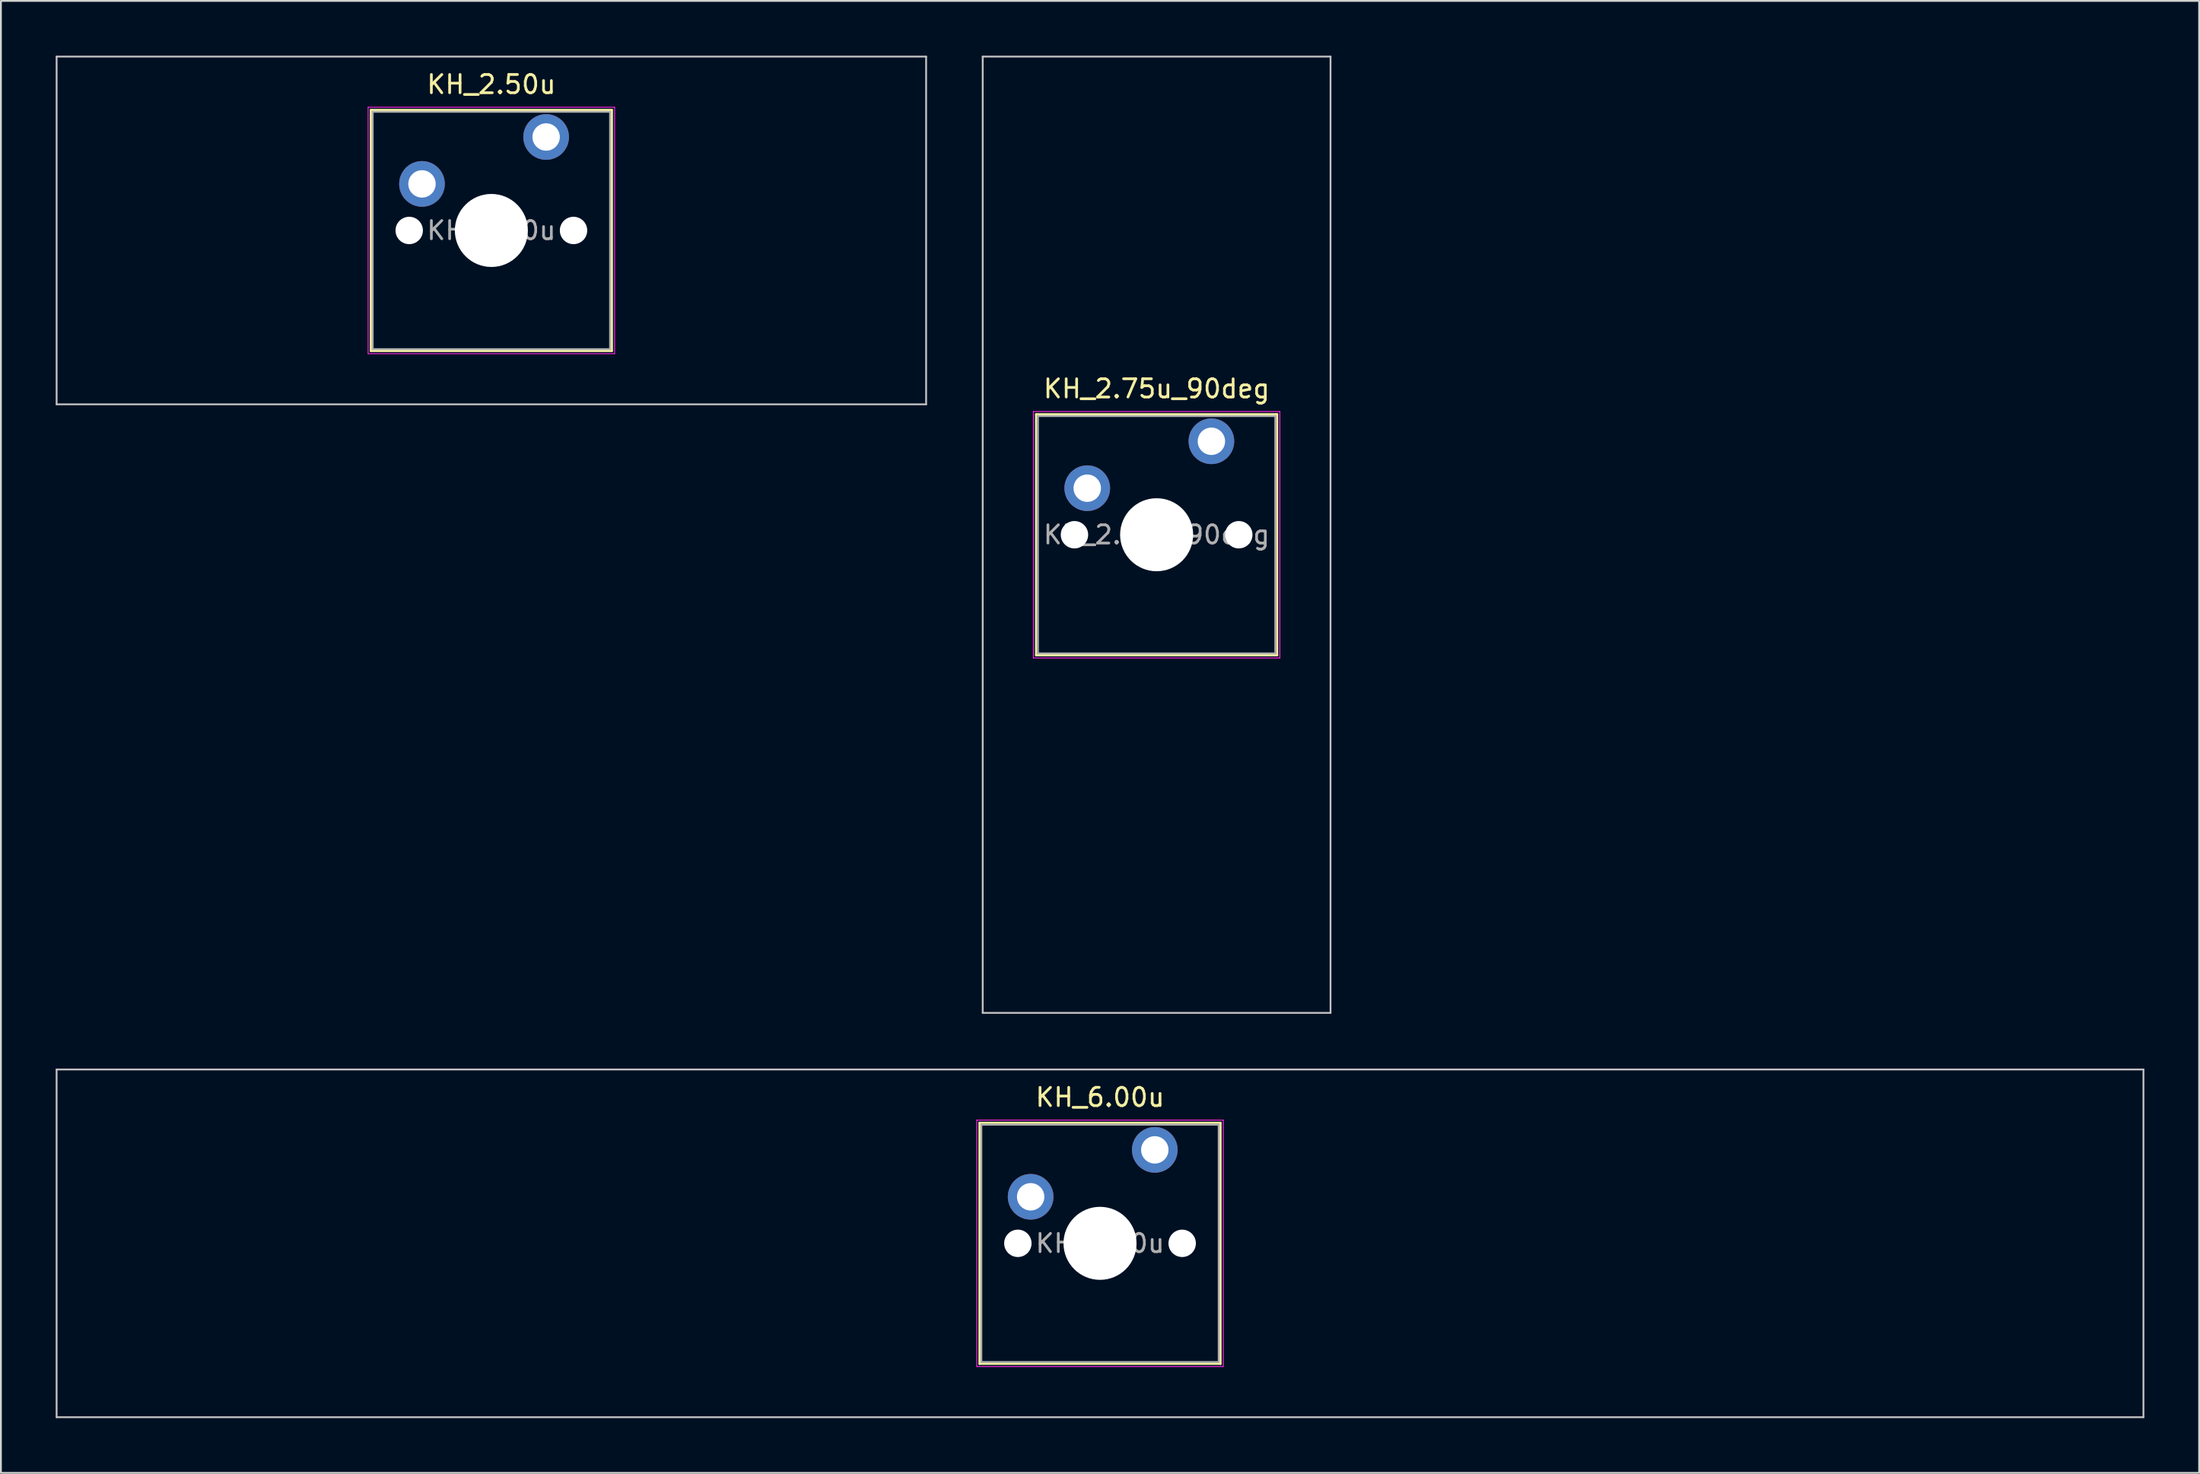
<source format=kicad_pcb>
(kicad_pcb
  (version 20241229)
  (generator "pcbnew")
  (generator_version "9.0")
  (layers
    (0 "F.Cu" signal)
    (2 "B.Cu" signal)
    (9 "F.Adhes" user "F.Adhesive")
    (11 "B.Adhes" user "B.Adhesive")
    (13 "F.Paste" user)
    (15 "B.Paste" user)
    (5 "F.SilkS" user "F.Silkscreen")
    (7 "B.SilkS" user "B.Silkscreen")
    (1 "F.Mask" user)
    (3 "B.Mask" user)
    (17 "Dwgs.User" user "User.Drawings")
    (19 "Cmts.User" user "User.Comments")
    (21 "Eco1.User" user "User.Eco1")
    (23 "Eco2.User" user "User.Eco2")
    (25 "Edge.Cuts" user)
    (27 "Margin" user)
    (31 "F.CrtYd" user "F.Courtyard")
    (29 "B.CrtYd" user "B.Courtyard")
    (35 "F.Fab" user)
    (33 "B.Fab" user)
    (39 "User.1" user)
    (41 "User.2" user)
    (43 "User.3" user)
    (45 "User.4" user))
  (footprint "KH_6.00u"
    (layer "F.Cu")
    (at 57.2 65.062)
    (property "Reference" "KH_6.00u" (at 0 -8 0) (layer "F.SilkS") (effects (font (size 1 1) (thickness 0.15))))
    (attr through_hole)
    (fp_line (start -6.6 -6.6) (end -6.6 6.6) (stroke (width 0.12) (type solid)) (layer "F.SilkS"))
    (fp_line (start -6.6 6.6) (end 6.6 6.6) (stroke (width 0.12) (type solid)) (layer "F.SilkS"))
    (fp_line (start 6.6 -6.6) (end -6.6 -6.6) (stroke (width 0.12) (type solid)) (layer "F.SilkS"))
    (fp_line (start 6.6 6.6) (end 6.6 -6.6) (stroke (width 0.12) (type solid)) (layer "F.SilkS"))
    (fp_line (start -57.15 -9.525) (end -57.15 9.525) (stroke (width 0.1) (type solid)) (layer "Dwgs.User"))
    (fp_line (start -57.15 9.525) (end 57.15 9.525) (stroke (width 0.1) (type solid)) (layer "Dwgs.User"))
    (fp_line (start 57.15 -9.525) (end -57.15 -9.525) (stroke (width 0.1) (type solid)) (layer "Dwgs.User"))
    (fp_line (start 57.15 9.525) (end 57.15 -9.525) (stroke (width 0.1) (type solid)) (layer "Dwgs.User"))
    (fp_line (start -6.1 -6.1) (end -6.1 6.1) (stroke (width 0.1) (type solid)) (layer "Eco1.User"))
    (fp_line (start -6.1 6.1) (end 6.1 6.1) (stroke (width 0.1) (type solid)) (layer "Eco1.User"))
    (fp_line (start 6.1 -6.1) (end -6.1 -6.1) (stroke (width 0.1) (type solid)) (layer "Eco1.User"))
    (fp_line (start 6.1 6.1) (end 6.1 -6.1) (stroke (width 0.1) (type solid)) (layer "Eco1.User"))
    (fp_line (start -6.75 -6.75) (end -6.75 6.75) (stroke (width 0.05) (type solid)) (layer "F.CrtYd"))
    (fp_line (start -6.75 6.75) (end 6.75 6.75) (stroke (width 0.05) (type solid)) (layer "F.CrtYd"))
    (fp_line (start 6.75 -6.75) (end -6.75 -6.75) (stroke (width 0.05) (type solid)) (layer "F.CrtYd"))
    (fp_line (start 6.75 6.75) (end 6.75 -6.75) (stroke (width 0.05) (type solid)) (layer "F.CrtYd"))
    (fp_line (start -6.5 -6.5) (end -6.5 6.5) (stroke (width 0.1) (type solid)) (layer "F.Fab"))
    (fp_line (start -6.5 6.5) (end 6.5 6.5) (stroke (width 0.1) (type solid)) (layer "F.Fab"))
    (fp_line (start 6.5 -6.5) (end -6.5 -6.5) (stroke (width 0.1) (type solid)) (layer "F.Fab"))
    (fp_line (start 6.5 6.5) (end 6.5 -6.5) (stroke (width 0.1) (type solid)) (layer "F.Fab"))
    (fp_text user "${REFERENCE}" (at 0 0 0) (layer "F.Fab") (effects (font (size 1 1) (thickness 0.15))))
    (pad "" np_thru_hole circle (at -4.5 0) (size 1.5 1.5) (drill 1.5) (layers "*.Cu" "*.Mask"))
    (pad "" np_thru_hole circle (at 0 0) (size 4 4) (drill 4) (layers "*.Cu" "*.Mask"))
    (pad "" np_thru_hole circle (at 4.5 0) (size 1.5 1.5) (drill 1.5) (layers "*.Cu" "*.Mask"))
    (pad "1" thru_hole circle (at -3.8 -2.55) (size 2.5 2.5) (drill 1.5) (layers "*.Cu" "*.Mask"))
    (pad "2" thru_hole circle (at 3 -5.12) (size 2.5 2.5) (drill 1.5) (layers "*.Cu" "*.Mask")))
  (footprint "KH_2.50u"
    (layer "F.Cu")
    (at 23.863 9.575)
    (property "Reference" "KH_2.50u" (at 0 -8 0) (layer "F.SilkS") (effects (font (size 1 1) (thickness 0.15))))
    (attr through_hole)
    (fp_line (start -6.6 -6.6) (end -6.6 6.6) (stroke (width 0.12) (type solid)) (layer "F.SilkS"))
    (fp_line (start -6.6 6.6) (end 6.6 6.6) (stroke (width 0.12) (type solid)) (layer "F.SilkS"))
    (fp_line (start 6.6 -6.6) (end -6.6 -6.6) (stroke (width 0.12) (type solid)) (layer "F.SilkS"))
    (fp_line (start 6.6 6.6) (end 6.6 -6.6) (stroke (width 0.12) (type solid)) (layer "F.SilkS"))
    (fp_line (start -23.812 -9.525) (end -23.812 9.525) (stroke (width 0.1) (type solid)) (layer "Dwgs.User"))
    (fp_line (start -23.812 9.525) (end 23.812 9.525) (stroke (width 0.1) (type solid)) (layer "Dwgs.User"))
    (fp_line (start 23.812 -9.525) (end -23.812 -9.525) (stroke (width 0.1) (type solid)) (layer "Dwgs.User"))
    (fp_line (start 23.812 9.525) (end 23.812 -9.525) (stroke (width 0.1) (type solid)) (layer "Dwgs.User"))
    (fp_line (start -6.1 -6.1) (end -6.1 6.1) (stroke (width 0.1) (type solid)) (layer "Eco1.User"))
    (fp_line (start -6.1 6.1) (end 6.1 6.1) (stroke (width 0.1) (type solid)) (layer "Eco1.User"))
    (fp_line (start 6.1 -6.1) (end -6.1 -6.1) (stroke (width 0.1) (type solid)) (layer "Eco1.User"))
    (fp_line (start 6.1 6.1) (end 6.1 -6.1) (stroke (width 0.1) (type solid)) (layer "Eco1.User"))
    (fp_line (start -6.75 -6.75) (end -6.75 6.75) (stroke (width 0.05) (type solid)) (layer "F.CrtYd"))
    (fp_line (start -6.75 6.75) (end 6.75 6.75) (stroke (width 0.05) (type solid)) (layer "F.CrtYd"))
    (fp_line (start 6.75 -6.75) (end -6.75 -6.75) (stroke (width 0.05) (type solid)) (layer "F.CrtYd"))
    (fp_line (start 6.75 6.75) (end 6.75 -6.75) (stroke (width 0.05) (type solid)) (layer "F.CrtYd"))
    (fp_line (start -6.5 -6.5) (end -6.5 6.5) (stroke (width 0.1) (type solid)) (layer "F.Fab"))
    (fp_line (start -6.5 6.5) (end 6.5 6.5) (stroke (width 0.1) (type solid)) (layer "F.Fab"))
    (fp_line (start 6.5 -6.5) (end -6.5 -6.5) (stroke (width 0.1) (type solid)) (layer "F.Fab"))
    (fp_line (start 6.5 6.5) (end 6.5 -6.5) (stroke (width 0.1) (type solid)) (layer "F.Fab"))
    (fp_text user "${REFERENCE}" (at 0 0 0) (layer "F.Fab") (effects (font (size 1 1) (thickness 0.15))))
    (pad "" np_thru_hole circle (at -4.5 0) (size 1.5 1.5) (drill 1.5) (layers "*.Cu" "*.Mask"))
    (pad "" np_thru_hole circle (at 0 0) (size 4 4) (drill 4) (layers "*.Cu" "*.Mask"))
    (pad "" np_thru_hole circle (at 4.5 0) (size 1.5 1.5) (drill 1.5) (layers "*.Cu" "*.Mask"))
    (pad "1" thru_hole circle (at -3.8 -2.55) (size 2.5 2.5) (drill 1.5) (layers "*.Cu" "*.Mask"))
    (pad "2" thru_hole circle (at 3 -5.12) (size 2.5 2.5) (drill 1.5) (layers "*.Cu" "*.Mask")))
  (footprint "KH_2.75u_90deg"
    (layer "F.Cu")
    (at 60.3 26.244)
    (property "Reference" "KH_2.75u_90deg" (at 0 -8 0) (layer "F.SilkS") (effects (font (size 1 1) (thickness 0.15))))
    (attr through_hole)
    (fp_line (start -6.6 -6.6) (end -6.6 6.6) (stroke (width 0.12) (type solid)) (layer "F.SilkS"))
    (fp_line (start -6.6 6.6) (end 6.6 6.6) (stroke (width 0.12) (type solid)) (layer "F.SilkS"))
    (fp_line (start 6.6 -6.6) (end -6.6 -6.6) (stroke (width 0.12) (type solid)) (layer "F.SilkS"))
    (fp_line (start 6.6 6.6) (end 6.6 -6.6) (stroke (width 0.12) (type solid)) (layer "F.SilkS"))
    (fp_line (start -9.525 -26.194) (end 9.525 -26.194) (stroke (width 0.1) (type solid)) (layer "Dwgs.User"))
    (fp_line (start -9.525 26.194) (end -9.525 -26.194) (stroke (width 0.1) (type solid)) (layer "Dwgs.User"))
    (fp_line (start 9.525 -26.194) (end 9.525 26.194) (stroke (width 0.1) (type solid)) (layer "Dwgs.User"))
    (fp_line (start 9.525 26.194) (end -9.525 26.194) (stroke (width 0.1) (type solid)) (layer "Dwgs.User"))
    (fp_line (start -6.1 -6.1) (end -6.1 6.1) (stroke (width 0.1) (type solid)) (layer "Eco1.User"))
    (fp_line (start -6.1 6.1) (end 6.1 6.1) (stroke (width 0.1) (type solid)) (layer "Eco1.User"))
    (fp_line (start 6.1 -6.1) (end -6.1 -6.1) (stroke (width 0.1) (type solid)) (layer "Eco1.User"))
    (fp_line (start 6.1 6.1) (end 6.1 -6.1) (stroke (width 0.1) (type solid)) (layer "Eco1.User"))
    (fp_line (start -6.75 -6.75) (end -6.75 6.75) (stroke (width 0.05) (type solid)) (layer "F.CrtYd"))
    (fp_line (start -6.75 6.75) (end 6.75 6.75) (stroke (width 0.05) (type solid)) (layer "F.CrtYd"))
    (fp_line (start 6.75 -6.75) (end -6.75 -6.75) (stroke (width 0.05) (type solid)) (layer "F.CrtYd"))
    (fp_line (start 6.75 6.75) (end 6.75 -6.75) (stroke (width 0.05) (type solid)) (layer "F.CrtYd"))
    (fp_line (start -6.5 -6.5) (end -6.5 6.5) (stroke (width 0.1) (type solid)) (layer "F.Fab"))
    (fp_line (start -6.5 6.5) (end 6.5 6.5) (stroke (width 0.1) (type solid)) (layer "F.Fab"))
    (fp_line (start 6.5 -6.5) (end -6.5 -6.5) (stroke (width 0.1) (type solid)) (layer "F.Fab"))
    (fp_line (start 6.5 6.5) (end 6.5 -6.5) (stroke (width 0.1) (type solid)) (layer "F.Fab"))
    (fp_text user "${REFERENCE}" (at 0 0 0) (layer "F.Fab") (effects (font (size 1 1) (thickness 0.15))))
    (pad "" np_thru_hole circle (at -4.5 0) (size 1.5 1.5) (drill 1.5) (layers "*.Cu" "*.Mask"))
    (pad "" np_thru_hole circle (at 0 0) (size 4 4) (drill 4) (layers "*.Cu" "*.Mask"))
    (pad "" np_thru_hole circle (at 4.5 0) (size 1.5 1.5) (drill 1.5) (layers "*.Cu" "*.Mask"))
    (pad "1" thru_hole circle (at -3.8 -2.55) (size 2.5 2.5) (drill 1.5) (layers "*.Cu" "*.Mask"))
    (pad "2" thru_hole circle (at 3 -5.12) (size 2.5 2.5) (drill 1.5) (layers "*.Cu" "*.Mask")))
  (gr_rect
    (start -3 -3)
    (end 117.4 77.638)
    (stroke (width 0.1) (type default))
    (fill no)
    (layer "Edge.Cuts")))
</source>
